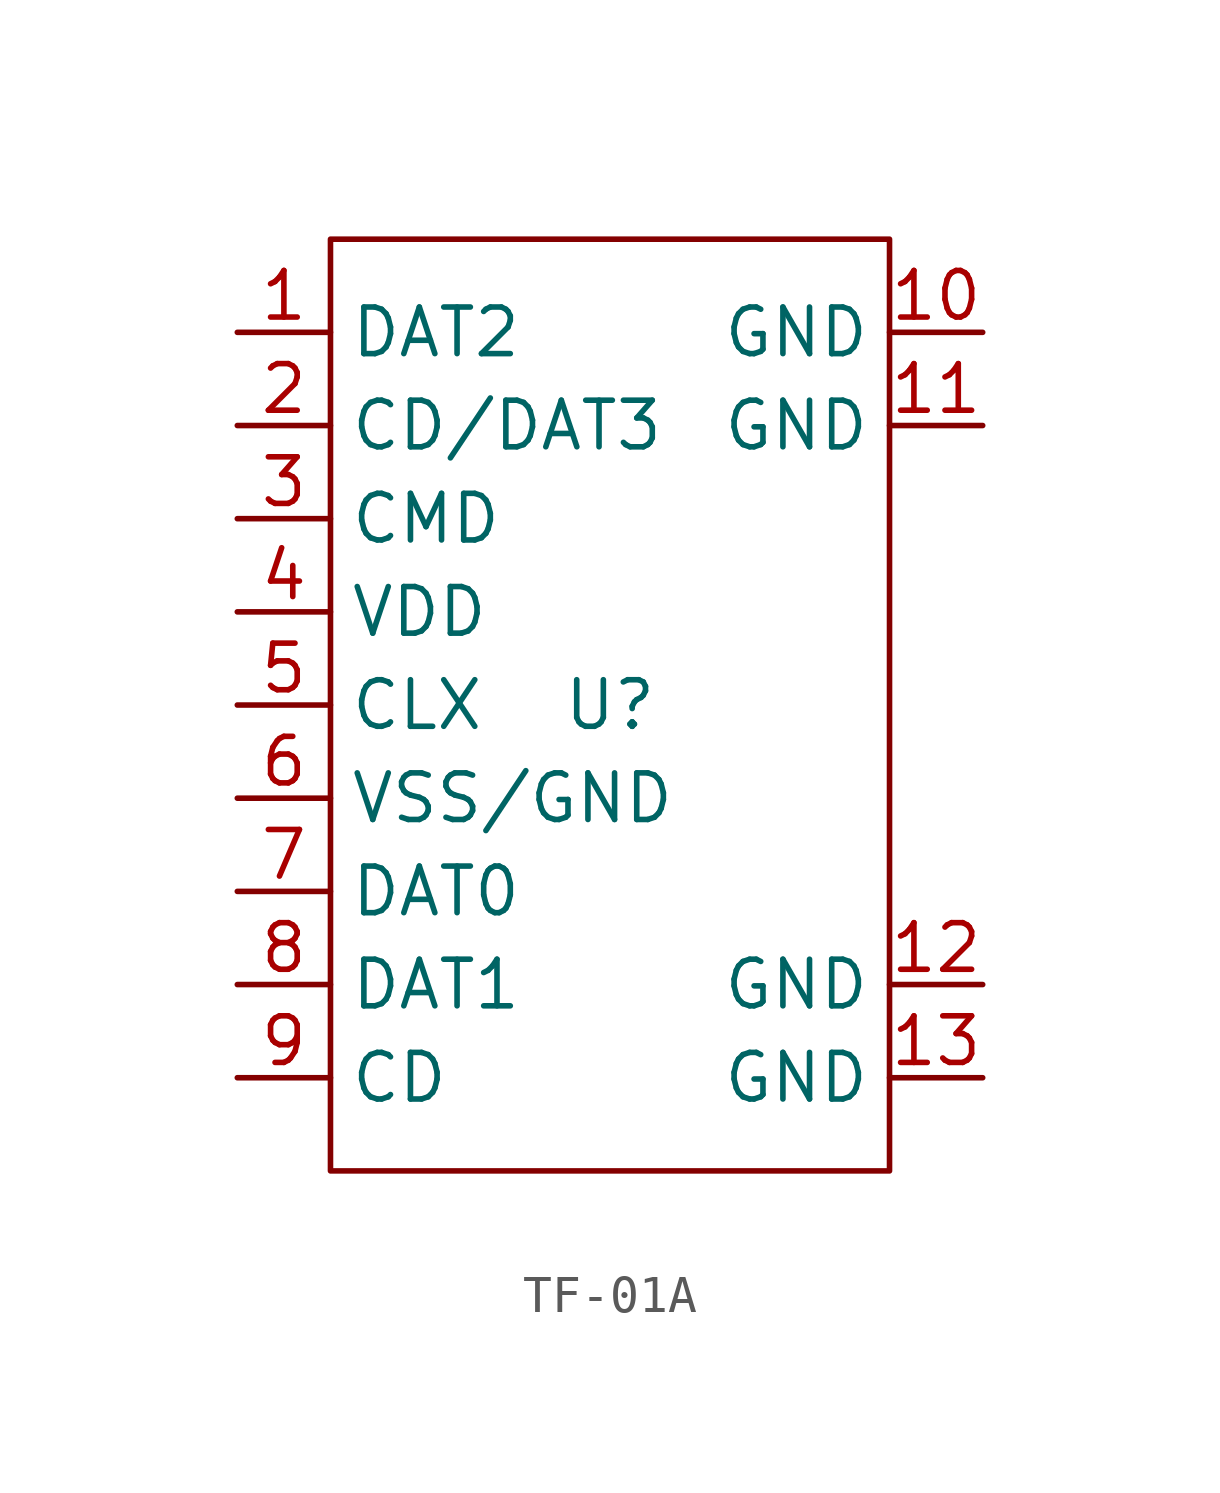
<source format=kicad_sym>
(kicad_symbol_lib
  (version 20220914)
  (generator kicad_symbol_editor)
  (symbol "TF-01A"
    (property "Reference" "U"
      (at 0 0 0)
      (effects (font (size 1.27 1.27))))
    (property "Value" ""
      (at 0 0 0)
      (effects (font (size 1.27 1.27))))
    (symbol "TF-01A_0_1"
      (rectangle (start -7.62 12.7) (end 7.62 -12.7) (stroke (width 0) (type default)) (fill (type none))))
    (symbol "TF-01A_1_1"
      (pin bidirectional line (at -10.16 10.16 0) (length 2.54) (name "DAT2" (effects (font (size 1.27 1.27)))) (number "1" (effects (font (size 1.27 1.27)))))
      (pin bidirectional line (at 10.16 10.16 180) (length 2.54) (name "GND" (effects (font (size 1.27 1.27)))) (number "10" (effects (font (size 1.27 1.27)))))
      (pin bidirectional line (at 10.16 7.62 180) (length 2.54) (name "GND" (effects (font (size 1.27 1.27)))) (number "11" (effects (font (size 1.27 1.27)))))
      (pin bidirectional line (at 10.16 -7.62 180) (length 2.54) (name "GND" (effects (font (size 1.27 1.27)))) (number "12" (effects (font (size 1.27 1.27)))))
      (pin bidirectional line (at 10.16 -10.16 180) (length 2.54) (name "GND" (effects (font (size 1.27 1.27)))) (number "13" (effects (font (size 1.27 1.27)))))
      (pin bidirectional line (at -10.16 7.62 0) (length 2.54) (name "CD/DAT3" (effects (font (size 1.27 1.27)))) (number "2" (effects (font (size 1.27 1.27)))))
      (pin bidirectional line (at -10.16 5.08 0) (length 2.54) (name "CMD" (effects (font (size 1.27 1.27)))) (number "3" (effects (font (size 1.27 1.27)))))
      (pin power_in line (at -10.16 2.54 0) (length 2.54) (name "VDD" (effects (font (size 1.27 1.27)))) (number "4" (effects (font (size 1.27 1.27)))))
      (pin bidirectional line (at -10.16 0 0) (length 2.54) (name "CLX" (effects (font (size 1.27 1.27)))) (number "5" (effects (font (size 1.27 1.27)))))
      (pin power_in line (at -10.16 -2.54 0) (length 2.54) (name "VSS/GND" (effects (font (size 1.27 1.27)))) (number "6" (effects (font (size 1.27 1.27)))))
      (pin bidirectional line (at -10.16 -5.08 0) (length 2.54) (name "DAT0" (effects (font (size 1.27 1.27)))) (number "7" (effects (font (size 1.27 1.27)))))
      (pin bidirectional line (at -10.16 -7.62 0) (length 2.54) (name "DAT1" (effects (font (size 1.27 1.27)))) (number "8" (effects (font (size 1.27 1.27)))))
      (pin bidirectional line (at -10.16 -10.16 0) (length 2.54) (name "CD" (effects (font (size 1.27 1.27)))) (number "9" (effects (font (size 1.27 1.27))))))))
</source>
